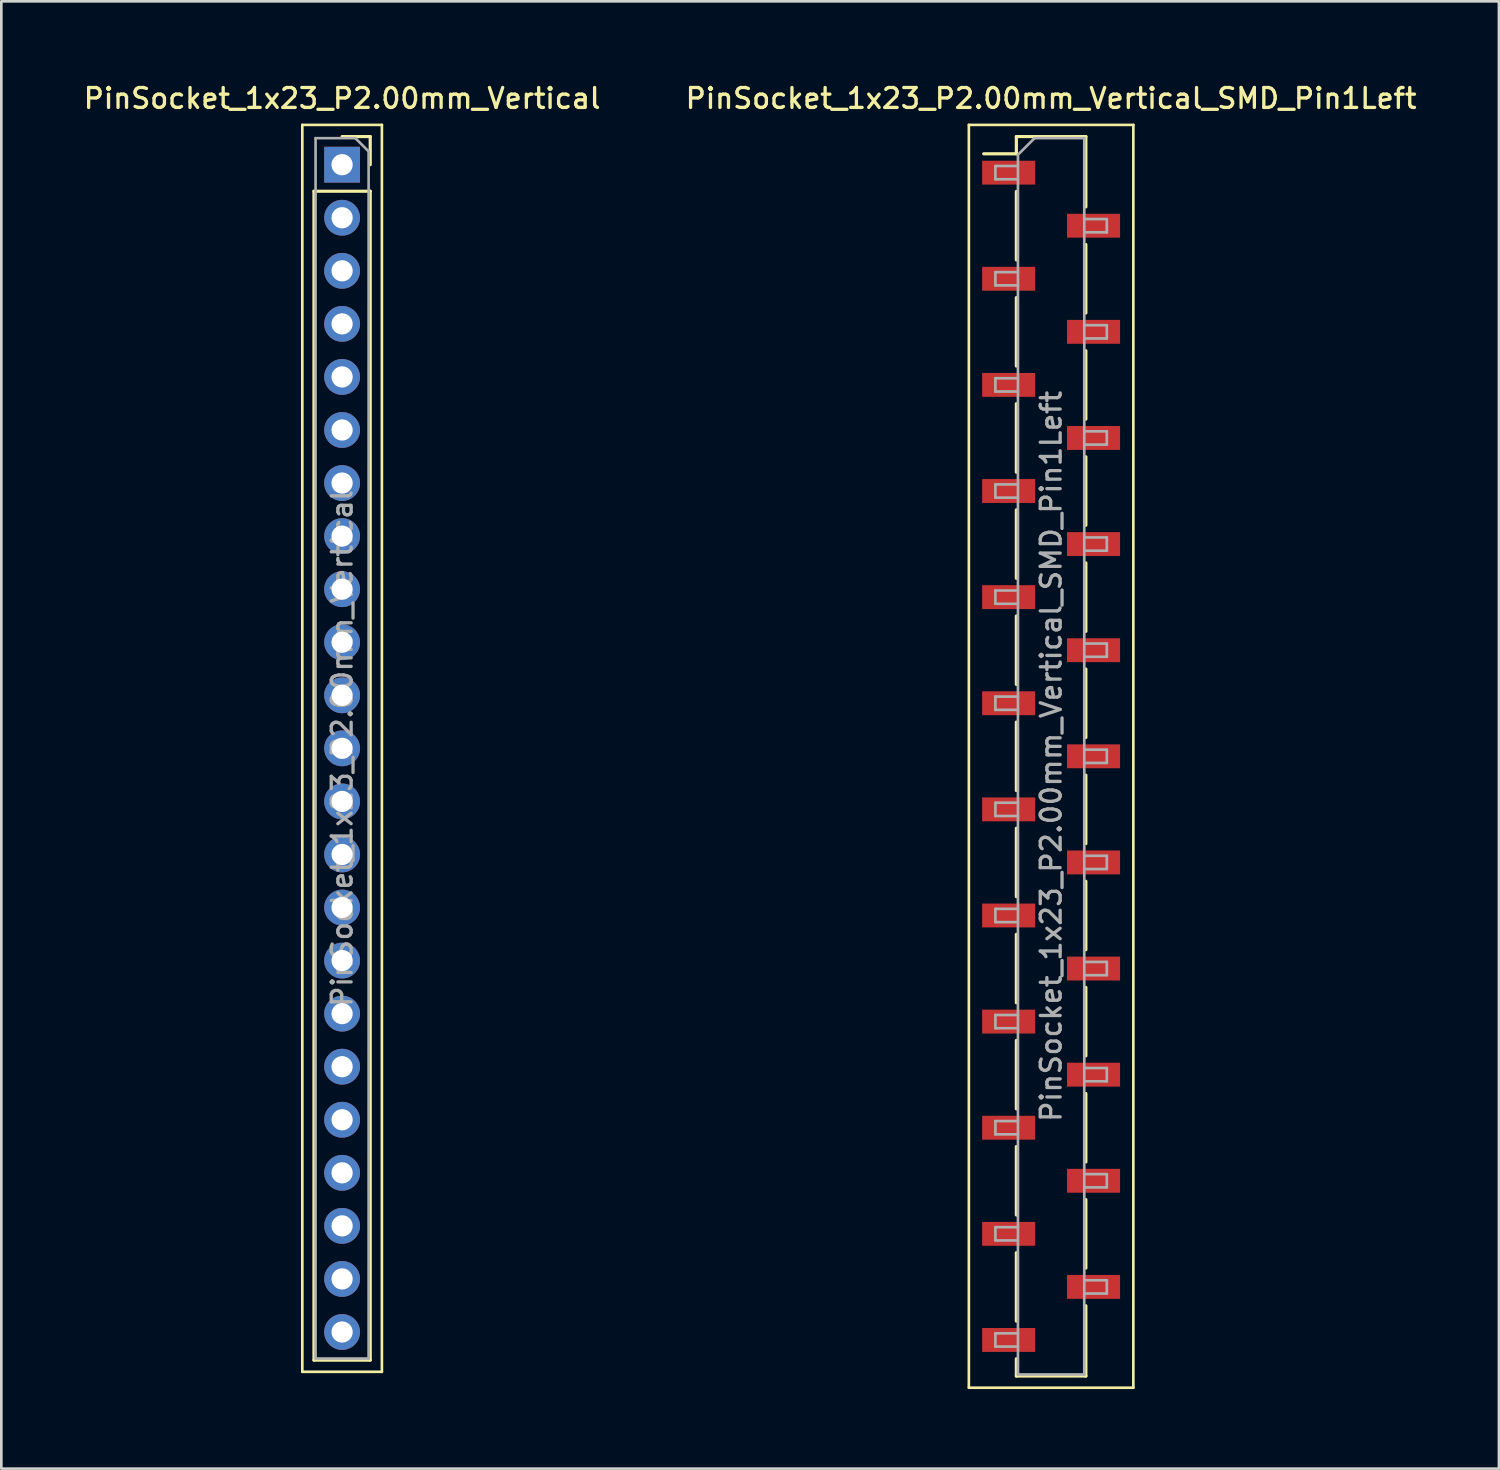
<source format=kicad_pcb>
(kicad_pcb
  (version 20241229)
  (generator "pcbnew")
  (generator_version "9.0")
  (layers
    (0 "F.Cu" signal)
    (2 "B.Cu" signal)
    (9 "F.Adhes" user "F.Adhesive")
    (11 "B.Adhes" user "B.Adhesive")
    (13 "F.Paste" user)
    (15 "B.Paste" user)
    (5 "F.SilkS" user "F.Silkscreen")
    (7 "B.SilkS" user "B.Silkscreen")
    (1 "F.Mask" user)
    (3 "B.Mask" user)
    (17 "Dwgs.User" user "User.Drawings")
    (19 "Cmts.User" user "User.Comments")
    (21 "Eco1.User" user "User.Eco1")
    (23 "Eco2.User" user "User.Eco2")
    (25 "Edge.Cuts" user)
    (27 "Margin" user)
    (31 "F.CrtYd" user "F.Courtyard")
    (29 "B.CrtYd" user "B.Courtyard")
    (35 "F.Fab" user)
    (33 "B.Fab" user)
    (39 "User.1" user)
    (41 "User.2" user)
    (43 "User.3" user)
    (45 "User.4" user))
  (footprint "PinSocket_1x23_P2.00mm_Vertical_SMD_Pin1Left"
    (layer "F.Cu")
    (at 36.57 25.458)
    (property "Reference" "PinSocket_1x23_P2.00mm_Vertical_SMD_Pin1Left" (at 0 -24.8 0) (layer "F.SilkS") (effects (font (size 0.75 0.75) (thickness 0.125))))
    (attr smd)
    (fp_line (start -3.1 -23.8) (end 3.1 -23.8) (stroke (width 0.1) (type solid)) (layer "F.SilkS"))
    (fp_line (start -3.1 23.8) (end -3.1 -23.8) (stroke (width 0.1) (type solid)) (layer "F.SilkS"))
    (fp_line (start -2.54 -22.71) (end -1.31 -22.71) (stroke (width 0.12) (type solid)) (layer "F.SilkS"))
    (fp_line (start -1.31 -23.36) (end -1.31 -22.71) (stroke (width 0.12) (type solid)) (layer "F.SilkS"))
    (fp_line (start -1.31 -23.36) (end 1.31 -23.36) (stroke (width 0.12) (type solid)) (layer "F.SilkS"))
    (fp_line (start -1.31 -21.29) (end -1.31 -18.71) (stroke (width 0.12) (type solid)) (layer "F.SilkS"))
    (fp_line (start -1.31 -17.29) (end -1.31 -14.71) (stroke (width 0.12) (type solid)) (layer "F.SilkS"))
    (fp_line (start -1.31 -13.29) (end -1.31 -10.71) (stroke (width 0.12) (type solid)) (layer "F.SilkS"))
    (fp_line (start -1.31 -9.29) (end -1.31 -6.71) (stroke (width 0.12) (type solid)) (layer "F.SilkS"))
    (fp_line (start -1.31 -5.29) (end -1.31 -2.71) (stroke (width 0.12) (type solid)) (layer "F.SilkS"))
    (fp_line (start -1.31 -1.29) (end -1.31 1.29) (stroke (width 0.12) (type solid)) (layer "F.SilkS"))
    (fp_line (start -1.31 2.71) (end -1.31 5.29) (stroke (width 0.12) (type solid)) (layer "F.SilkS"))
    (fp_line (start -1.31 6.71) (end -1.31 9.29) (stroke (width 0.12) (type solid)) (layer "F.SilkS"))
    (fp_line (start -1.31 10.71) (end -1.31 13.29) (stroke (width 0.12) (type solid)) (layer "F.SilkS"))
    (fp_line (start -1.31 14.71) (end -1.31 17.29) (stroke (width 0.12) (type solid)) (layer "F.SilkS"))
    (fp_line (start -1.31 18.71) (end -1.31 21.29) (stroke (width 0.12) (type solid)) (layer "F.SilkS"))
    (fp_line (start -1.31 22.71) (end -1.31 23.36) (stroke (width 0.12) (type solid)) (layer "F.SilkS"))
    (fp_line (start -1.31 23.36) (end 1.31 23.36) (stroke (width 0.12) (type solid)) (layer "F.SilkS"))
    (fp_line (start 1.31 -23.36) (end 1.31 -20.71) (stroke (width 0.12) (type solid)) (layer "F.SilkS"))
    (fp_line (start 1.31 -19.29) (end 1.31 -16.71) (stroke (width 0.12) (type solid)) (layer "F.SilkS"))
    (fp_line (start 1.31 -15.29) (end 1.31 -12.71) (stroke (width 0.12) (type solid)) (layer "F.SilkS"))
    (fp_line (start 1.31 -11.29) (end 1.31 -8.71) (stroke (width 0.12) (type solid)) (layer "F.SilkS"))
    (fp_line (start 1.31 -7.29) (end 1.31 -4.71) (stroke (width 0.12) (type solid)) (layer "F.SilkS"))
    (fp_line (start 1.31 -3.29) (end 1.31 -0.71) (stroke (width 0.12) (type solid)) (layer "F.SilkS"))
    (fp_line (start 1.31 0.71) (end 1.31 3.29) (stroke (width 0.12) (type solid)) (layer "F.SilkS"))
    (fp_line (start 1.31 4.71) (end 1.31 7.29) (stroke (width 0.12) (type solid)) (layer "F.SilkS"))
    (fp_line (start 1.31 8.71) (end 1.31 11.29) (stroke (width 0.12) (type solid)) (layer "F.SilkS"))
    (fp_line (start 1.31 12.71) (end 1.31 15.29) (stroke (width 0.12) (type solid)) (layer "F.SilkS"))
    (fp_line (start 1.31 16.71) (end 1.31 19.29) (stroke (width 0.12) (type solid)) (layer "F.SilkS"))
    (fp_line (start 1.31 20.71) (end 1.31 23.36) (stroke (width 0.12) (type solid)) (layer "F.SilkS"))
    (fp_line (start 3.1 -23.8) (end 3.1 23.8) (stroke (width 0.1) (type solid)) (layer "F.SilkS"))
    (fp_line (start 3.1 23.8) (end -3.1 23.8) (stroke (width 0.1) (type solid)) (layer "F.SilkS"))
    (fp_line (start -2.1 -22.25) (end -1.25 -22.25) (stroke (width 0.1) (type solid)) (layer "F.Fab"))
    (fp_line (start -2.1 -21.75) (end -2.1 -22.25) (stroke (width 0.1) (type solid)) (layer "F.Fab"))
    (fp_line (start -2.1 -18.25) (end -1.25 -18.25) (stroke (width 0.1) (type solid)) (layer "F.Fab"))
    (fp_line (start -2.1 -17.75) (end -2.1 -18.25) (stroke (width 0.1) (type solid)) (layer "F.Fab"))
    (fp_line (start -2.1 -14.25) (end -1.25 -14.25) (stroke (width 0.1) (type solid)) (layer "F.Fab"))
    (fp_line (start -2.1 -13.75) (end -2.1 -14.25) (stroke (width 0.1) (type solid)) (layer "F.Fab"))
    (fp_line (start -2.1 -10.25) (end -1.25 -10.25) (stroke (width 0.1) (type solid)) (layer "F.Fab"))
    (fp_line (start -2.1 -9.75) (end -2.1 -10.25) (stroke (width 0.1) (type solid)) (layer "F.Fab"))
    (fp_line (start -2.1 -6.25) (end -1.25 -6.25) (stroke (width 0.1) (type solid)) (layer "F.Fab"))
    (fp_line (start -2.1 -5.75) (end -2.1 -6.25) (stroke (width 0.1) (type solid)) (layer "F.Fab"))
    (fp_line (start -2.1 -2.25) (end -1.25 -2.25) (stroke (width 0.1) (type solid)) (layer "F.Fab"))
    (fp_line (start -2.1 -1.75) (end -2.1 -2.25) (stroke (width 0.1) (type solid)) (layer "F.Fab"))
    (fp_line (start -2.1 1.75) (end -1.25 1.75) (stroke (width 0.1) (type solid)) (layer "F.Fab"))
    (fp_line (start -2.1 2.25) (end -2.1 1.75) (stroke (width 0.1) (type solid)) (layer "F.Fab"))
    (fp_line (start -2.1 5.75) (end -1.25 5.75) (stroke (width 0.1) (type solid)) (layer "F.Fab"))
    (fp_line (start -2.1 6.25) (end -2.1 5.75) (stroke (width 0.1) (type solid)) (layer "F.Fab"))
    (fp_line (start -2.1 9.75) (end -1.25 9.75) (stroke (width 0.1) (type solid)) (layer "F.Fab"))
    (fp_line (start -2.1 10.25) (end -2.1 9.75) (stroke (width 0.1) (type solid)) (layer "F.Fab"))
    (fp_line (start -2.1 13.75) (end -1.25 13.75) (stroke (width 0.1) (type solid)) (layer "F.Fab"))
    (fp_line (start -2.1 14.25) (end -2.1 13.75) (stroke (width 0.1) (type solid)) (layer "F.Fab"))
    (fp_line (start -2.1 17.75) (end -1.25 17.75) (stroke (width 0.1) (type solid)) (layer "F.Fab"))
    (fp_line (start -2.1 18.25) (end -2.1 17.75) (stroke (width 0.1) (type solid)) (layer "F.Fab"))
    (fp_line (start -2.1 21.75) (end -1.25 21.75) (stroke (width 0.1) (type solid)) (layer "F.Fab"))
    (fp_line (start -2.1 22.25) (end -2.1 21.75) (stroke (width 0.1) (type solid)) (layer "F.Fab"))
    (fp_line (start -1.25 -22.675) (end -0.625 -23.3) (stroke (width 0.1) (type solid)) (layer "F.Fab"))
    (fp_line (start -1.25 -21.75) (end -2.1 -21.75) (stroke (width 0.1) (type solid)) (layer "F.Fab"))
    (fp_line (start -1.25 -17.75) (end -2.1 -17.75) (stroke (width 0.1) (type solid)) (layer "F.Fab"))
    (fp_line (start -1.25 -13.75) (end -2.1 -13.75) (stroke (width 0.1) (type solid)) (layer "F.Fab"))
    (fp_line (start -1.25 -9.75) (end -2.1 -9.75) (stroke (width 0.1) (type solid)) (layer "F.Fab"))
    (fp_line (start -1.25 -5.75) (end -2.1 -5.75) (stroke (width 0.1) (type solid)) (layer "F.Fab"))
    (fp_line (start -1.25 -1.75) (end -2.1 -1.75) (stroke (width 0.1) (type solid)) (layer "F.Fab"))
    (fp_line (start -1.25 2.25) (end -2.1 2.25) (stroke (width 0.1) (type solid)) (layer "F.Fab"))
    (fp_line (start -1.25 6.25) (end -2.1 6.25) (stroke (width 0.1) (type solid)) (layer "F.Fab"))
    (fp_line (start -1.25 10.25) (end -2.1 10.25) (stroke (width 0.1) (type solid)) (layer "F.Fab"))
    (fp_line (start -1.25 14.25) (end -2.1 14.25) (stroke (width 0.1) (type solid)) (layer "F.Fab"))
    (fp_line (start -1.25 18.25) (end -2.1 18.25) (stroke (width 0.1) (type solid)) (layer "F.Fab"))
    (fp_line (start -1.25 22.25) (end -2.1 22.25) (stroke (width 0.1) (type solid)) (layer "F.Fab"))
    (fp_line (start -1.25 23.3) (end -1.25 -22.675) (stroke (width 0.1) (type solid)) (layer "F.Fab"))
    (fp_line (start -0.625 -23.3) (end 1.25 -23.3) (stroke (width 0.1) (type solid)) (layer "F.Fab"))
    (fp_line (start 1.25 -23.3) (end 1.25 23.3) (stroke (width 0.1) (type solid)) (layer "F.Fab"))
    (fp_line (start 1.25 -20.25) (end 2.1 -20.25) (stroke (width 0.1) (type solid)) (layer "F.Fab"))
    (fp_line (start 1.25 -16.25) (end 2.1 -16.25) (stroke (width 0.1) (type solid)) (layer "F.Fab"))
    (fp_line (start 1.25 -12.25) (end 2.1 -12.25) (stroke (width 0.1) (type solid)) (layer "F.Fab"))
    (fp_line (start 1.25 -8.25) (end 2.1 -8.25) (stroke (width 0.1) (type solid)) (layer "F.Fab"))
    (fp_line (start 1.25 -4.25) (end 2.1 -4.25) (stroke (width 0.1) (type solid)) (layer "F.Fab"))
    (fp_line (start 1.25 -0.25) (end 2.1 -0.25) (stroke (width 0.1) (type solid)) (layer "F.Fab"))
    (fp_line (start 1.25 3.75) (end 2.1 3.75) (stroke (width 0.1) (type solid)) (layer "F.Fab"))
    (fp_line (start 1.25 7.75) (end 2.1 7.75) (stroke (width 0.1) (type solid)) (layer "F.Fab"))
    (fp_line (start 1.25 11.75) (end 2.1 11.75) (stroke (width 0.1) (type solid)) (layer "F.Fab"))
    (fp_line (start 1.25 15.75) (end 2.1 15.75) (stroke (width 0.1) (type solid)) (layer "F.Fab"))
    (fp_line (start 1.25 19.75) (end 2.1 19.75) (stroke (width 0.1) (type solid)) (layer "F.Fab"))
    (fp_line (start 1.25 23.3) (end -1.25 23.3) (stroke (width 0.1) (type solid)) (layer "F.Fab"))
    (fp_line (start 2.1 -20.25) (end 2.1 -19.75) (stroke (width 0.1) (type solid)) (layer "F.Fab"))
    (fp_line (start 2.1 -19.75) (end 1.25 -19.75) (stroke (width 0.1) (type solid)) (layer "F.Fab"))
    (fp_line (start 2.1 -16.25) (end 2.1 -15.75) (stroke (width 0.1) (type solid)) (layer "F.Fab"))
    (fp_line (start 2.1 -15.75) (end 1.25 -15.75) (stroke (width 0.1) (type solid)) (layer "F.Fab"))
    (fp_line (start 2.1 -12.25) (end 2.1 -11.75) (stroke (width 0.1) (type solid)) (layer "F.Fab"))
    (fp_line (start 2.1 -11.75) (end 1.25 -11.75) (stroke (width 0.1) (type solid)) (layer "F.Fab"))
    (fp_line (start 2.1 -8.25) (end 2.1 -7.75) (stroke (width 0.1) (type solid)) (layer "F.Fab"))
    (fp_line (start 2.1 -7.75) (end 1.25 -7.75) (stroke (width 0.1) (type solid)) (layer "F.Fab"))
    (fp_line (start 2.1 -4.25) (end 2.1 -3.75) (stroke (width 0.1) (type solid)) (layer "F.Fab"))
    (fp_line (start 2.1 -3.75) (end 1.25 -3.75) (stroke (width 0.1) (type solid)) (layer "F.Fab"))
    (fp_line (start 2.1 -0.25) (end 2.1 0.25) (stroke (width 0.1) (type solid)) (layer "F.Fab"))
    (fp_line (start 2.1 0.25) (end 1.25 0.25) (stroke (width 0.1) (type solid)) (layer "F.Fab"))
    (fp_line (start 2.1 3.75) (end 2.1 4.25) (stroke (width 0.1) (type solid)) (layer "F.Fab"))
    (fp_line (start 2.1 4.25) (end 1.25 4.25) (stroke (width 0.1) (type solid)) (layer "F.Fab"))
    (fp_line (start 2.1 7.75) (end 2.1 8.25) (stroke (width 0.1) (type solid)) (layer "F.Fab"))
    (fp_line (start 2.1 8.25) (end 1.25 8.25) (stroke (width 0.1) (type solid)) (layer "F.Fab"))
    (fp_line (start 2.1 11.75) (end 2.1 12.25) (stroke (width 0.1) (type solid)) (layer "F.Fab"))
    (fp_line (start 2.1 12.25) (end 1.25 12.25) (stroke (width 0.1) (type solid)) (layer "F.Fab"))
    (fp_line (start 2.1 15.75) (end 2.1 16.25) (stroke (width 0.1) (type solid)) (layer "F.Fab"))
    (fp_line (start 2.1 16.25) (end 1.25 16.25) (stroke (width 0.1) (type solid)) (layer "F.Fab"))
    (fp_line (start 2.1 19.75) (end 2.1 20.25) (stroke (width 0.1) (type solid)) (layer "F.Fab"))
    (fp_line (start 2.1 20.25) (end 1.25 20.25) (stroke (width 0.1) (type solid)) (layer "F.Fab"))
    (fp_text user "${REFERENCE}" (at 0 0 90) (layer "F.Fab") (effects (font (size 0.75 0.75) (thickness 0.125))))
    (pad "1" smd rect (at -1.6 -22) (size 2 0.9) (layers "F.Cu" "F.Mask" "F.Paste"))
    (pad "2" smd rect (at 1.6 -20) (size 2 0.9) (layers "F.Cu" "F.Mask" "F.Paste"))
    (pad "3" smd rect (at -1.6 -18) (size 2 0.9) (layers "F.Cu" "F.Mask" "F.Paste"))
    (pad "4" smd rect (at 1.6 -16) (size 2 0.9) (layers "F.Cu" "F.Mask" "F.Paste"))
    (pad "5" smd rect (at -1.6 -14) (size 2 0.9) (layers "F.Cu" "F.Mask" "F.Paste"))
    (pad "6" smd rect (at 1.6 -12) (size 2 0.9) (layers "F.Cu" "F.Mask" "F.Paste"))
    (pad "7" smd rect (at -1.6 -10) (size 2 0.9) (layers "F.Cu" "F.Mask" "F.Paste"))
    (pad "8" smd rect (at 1.6 -8) (size 2 0.9) (layers "F.Cu" "F.Mask" "F.Paste"))
    (pad "9" smd rect (at -1.6 -6) (size 2 0.9) (layers "F.Cu" "F.Mask" "F.Paste"))
    (pad "10" smd rect (at 1.6 -4) (size 2 0.9) (layers "F.Cu" "F.Mask" "F.Paste"))
    (pad "11" smd rect (at -1.6 -2) (size 2 0.9) (layers "F.Cu" "F.Mask" "F.Paste"))
    (pad "12" smd rect (at 1.6 0) (size 2 0.9) (layers "F.Cu" "F.Mask" "F.Paste"))
    (pad "13" smd rect (at -1.6 2) (size 2 0.9) (layers "F.Cu" "F.Mask" "F.Paste"))
    (pad "14" smd rect (at 1.6 4) (size 2 0.9) (layers "F.Cu" "F.Mask" "F.Paste"))
    (pad "15" smd rect (at -1.6 6) (size 2 0.9) (layers "F.Cu" "F.Mask" "F.Paste"))
    (pad "16" smd rect (at 1.6 8) (size 2 0.9) (layers "F.Cu" "F.Mask" "F.Paste"))
    (pad "17" smd rect (at -1.6 10) (size 2 0.9) (layers "F.Cu" "F.Mask" "F.Paste"))
    (pad "18" smd rect (at 1.6 12) (size 2 0.9) (layers "F.Cu" "F.Mask" "F.Paste"))
    (pad "19" smd rect (at -1.6 14) (size 2 0.9) (layers "F.Cu" "F.Mask" "F.Paste"))
    (pad "20" smd rect (at 1.6 16) (size 2 0.9) (layers "F.Cu" "F.Mask" "F.Paste"))
    (pad "21" smd rect (at -1.6 18) (size 2 0.9) (layers "F.Cu" "F.Mask" "F.Paste"))
    (pad "22" smd rect (at 1.6 20) (size 2 0.9) (layers "F.Cu" "F.Mask" "F.Paste"))
    (pad "23" smd rect (at -1.6 22) (size 2 0.9) (layers "F.Cu" "F.Mask" "F.Paste")))
  (footprint "PinSocket_1x23_P2.00mm_Vertical"
    (layer "F.Cu")
    (at 9.845 3.158)
    (property "Reference" "PinSocket_1x23_P2.00mm_Vertical" (at 0 -2.5 0) (layer "F.SilkS") (effects (font (size 0.75 0.75) (thickness 0.125))))
    (attr through_hole)
    (fp_line (start -1.5 -1.5) (end 1.5 -1.5) (stroke (width 0.1) (type solid)) (layer "F.SilkS"))
    (fp_line (start -1.5 45.5) (end -1.5 -1.5) (stroke (width 0.1) (type solid)) (layer "F.SilkS"))
    (fp_line (start -1.06 1) (end -1.06 45.06) (stroke (width 0.12) (type solid)) (layer "F.SilkS"))
    (fp_line (start -1.06 1) (end 1.06 1) (stroke (width 0.12) (type solid)) (layer "F.SilkS"))
    (fp_line (start -1.06 45.06) (end 1.06 45.06) (stroke (width 0.12) (type solid)) (layer "F.SilkS"))
    (fp_line (start 0 -1.06) (end 1.06 -1.06) (stroke (width 0.12) (type solid)) (layer "F.SilkS"))
    (fp_line (start 1.06 -1.06) (end 1.06 0) (stroke (width 0.12) (type solid)) (layer "F.SilkS"))
    (fp_line (start 1.06 1) (end 1.06 45.06) (stroke (width 0.12) (type solid)) (layer "F.SilkS"))
    (fp_line (start 1.5 -1.5) (end 1.5 45.5) (stroke (width 0.1) (type solid)) (layer "F.SilkS"))
    (fp_line (start 1.5 45.5) (end -1.5 45.5) (stroke (width 0.1) (type solid)) (layer "F.SilkS"))
    (fp_line (start -1 -1) (end 0.5 -1) (stroke (width 0.1) (type solid)) (layer "F.Fab"))
    (fp_line (start -1 45) (end -1 -1) (stroke (width 0.1) (type solid)) (layer "F.Fab"))
    (fp_line (start 0.5 -1) (end 1 -0.5) (stroke (width 0.1) (type solid)) (layer "F.Fab"))
    (fp_line (start 1 -0.5) (end 1 45) (stroke (width 0.1) (type solid)) (layer "F.Fab"))
    (fp_line (start 1 45) (end -1 45) (stroke (width 0.1) (type solid)) (layer "F.Fab"))
    (fp_text user "${REFERENCE}" (at 0 22 90) (layer "F.Fab") (effects (font (size 0.75 0.75) (thickness 0.125))))
    (pad "1" thru_hole rect (at 0 0) (size 1.35 1.35) (drill 0.8) (layers "*.Cu" "*.Mask"))
    (pad "2" thru_hole oval (at 0 2) (size 1.35 1.35) (drill 0.8) (layers "*.Cu" "*.Mask"))
    (pad "3" thru_hole oval (at 0 4) (size 1.35 1.35) (drill 0.8) (layers "*.Cu" "*.Mask"))
    (pad "4" thru_hole oval (at 0 6) (size 1.35 1.35) (drill 0.8) (layers "*.Cu" "*.Mask"))
    (pad "5" thru_hole oval (at 0 8) (size 1.35 1.35) (drill 0.8) (layers "*.Cu" "*.Mask"))
    (pad "6" thru_hole oval (at 0 10) (size 1.35 1.35) (drill 0.8) (layers "*.Cu" "*.Mask"))
    (pad "7" thru_hole oval (at 0 12) (size 1.35 1.35) (drill 0.8) (layers "*.Cu" "*.Mask"))
    (pad "8" thru_hole oval (at 0 14) (size 1.35 1.35) (drill 0.8) (layers "*.Cu" "*.Mask"))
    (pad "9" thru_hole oval (at 0 16) (size 1.35 1.35) (drill 0.8) (layers "*.Cu" "*.Mask"))
    (pad "10" thru_hole oval (at 0 18) (size 1.35 1.35) (drill 0.8) (layers "*.Cu" "*.Mask"))
    (pad "11" thru_hole oval (at 0 20) (size 1.35 1.35) (drill 0.8) (layers "*.Cu" "*.Mask"))
    (pad "12" thru_hole oval (at 0 22) (size 1.35 1.35) (drill 0.8) (layers "*.Cu" "*.Mask"))
    (pad "13" thru_hole oval (at 0 24) (size 1.35 1.35) (drill 0.8) (layers "*.Cu" "*.Mask"))
    (pad "14" thru_hole oval (at 0 26) (size 1.35 1.35) (drill 0.8) (layers "*.Cu" "*.Mask"))
    (pad "15" thru_hole oval (at 0 28) (size 1.35 1.35) (drill 0.8) (layers "*.Cu" "*.Mask"))
    (pad "16" thru_hole oval (at 0 30) (size 1.35 1.35) (drill 0.8) (layers "*.Cu" "*.Mask"))
    (pad "17" thru_hole oval (at 0 32) (size 1.35 1.35) (drill 0.8) (layers "*.Cu" "*.Mask"))
    (pad "18" thru_hole oval (at 0 34) (size 1.35 1.35) (drill 0.8) (layers "*.Cu" "*.Mask"))
    (pad "19" thru_hole oval (at 0 36) (size 1.35 1.35) (drill 0.8) (layers "*.Cu" "*.Mask"))
    (pad "20" thru_hole oval (at 0 38) (size 1.35 1.35) (drill 0.8) (layers "*.Cu" "*.Mask"))
    (pad "21" thru_hole oval (at 0 40) (size 1.35 1.35) (drill 0.8) (layers "*.Cu" "*.Mask"))
    (pad "22" thru_hole oval (at 0 42) (size 1.35 1.35) (drill 0.8) (layers "*.Cu" "*.Mask"))
    (pad "23" thru_hole oval (at 0 44) (size 1.35 1.35) (drill 0.8) (layers "*.Cu" "*.Mask")))
  (gr_rect
    (start -3 -3)
    (end 53.45 52.308)
    (stroke (width 0.1) (type default))
    (fill no)
    (layer "Edge.Cuts")))
</source>
